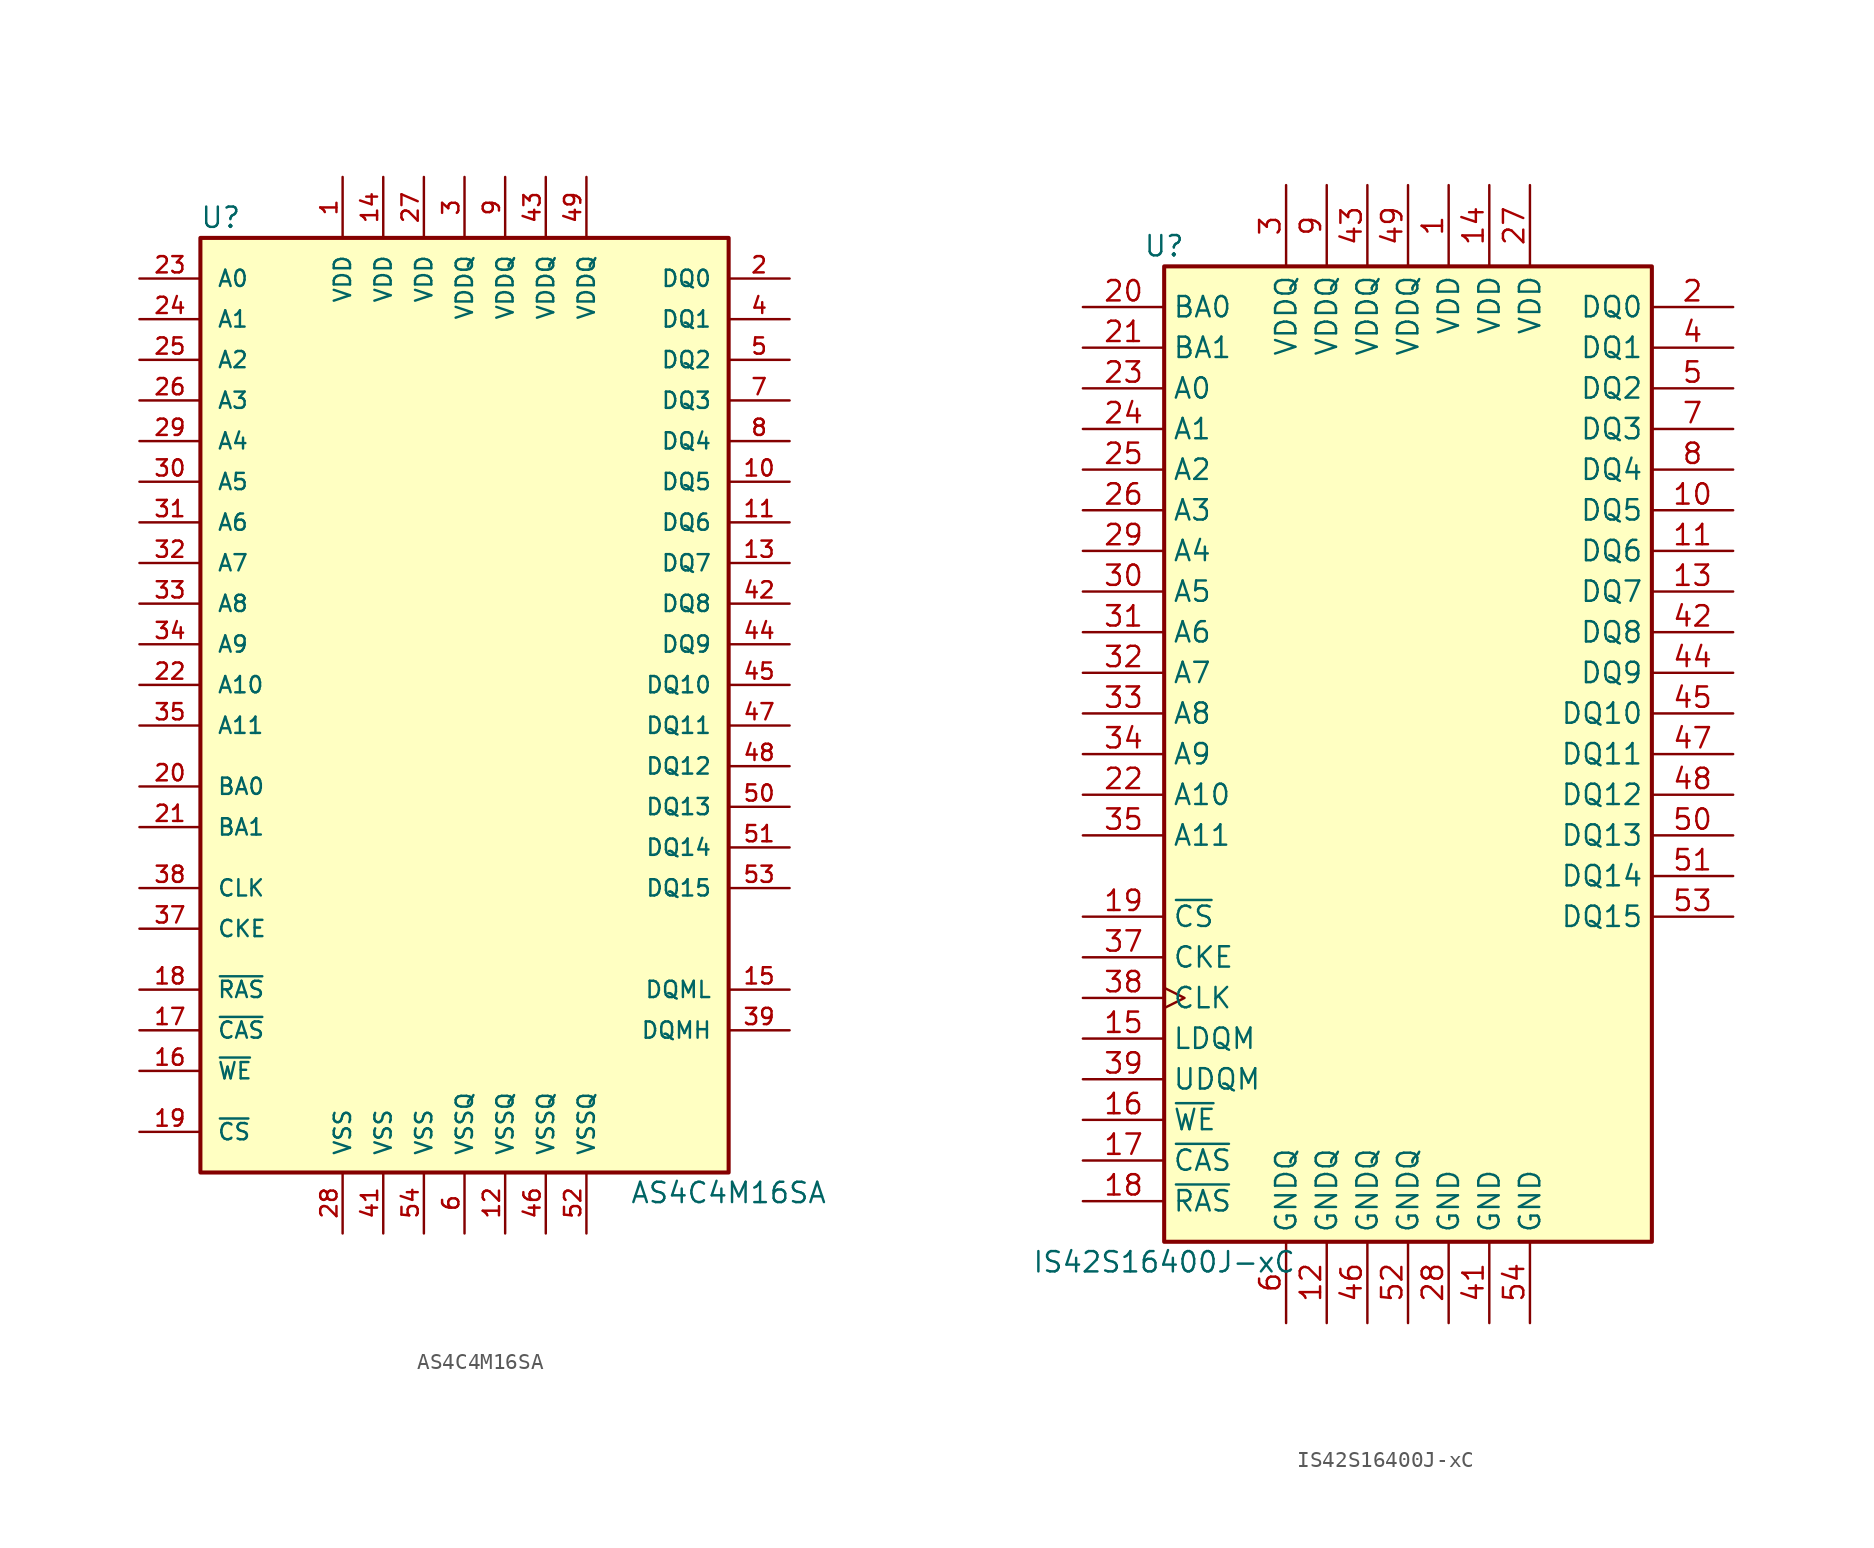
<source format=kicad_sym>
(kicad_symbol_lib
  (version 20211014)
  (generator kicad_symbol_editor)
  (symbol "AS4C4M16SA"
    (pin_names
      (offset 1.016))
    (property "Reference" "U"
      (at -15.24 30.48 0)
      (effects (font (size 1.27 1.27))))
    (property "Value" "AS4C4M16SA"
      (at 16.51 -30.48 0)
      (effects (font (size 1.27 1.27))))
    (symbol "AS4C4M16SA_0_1"
      (rectangle (start -16.51 29.21) (end 16.51 -29.21) (stroke (width 0.254) (type default) (color 0 0 0 0)) (fill (type background))))
    (symbol "AS4C4M16SA_1_1"
      (pin power_in line (at -7.62 33.02 270) (length 3.81) (name "VDD" (effects (font (size 1.016 1.016)))) (number "1" (effects (font (size 1.016 1.016)))))
      (pin bidirectional line (at 20.32 13.97 180) (length 3.81) (name "DQ5" (effects (font (size 1.016 1.016)))) (number "10" (effects (font (size 1.016 1.016)))))
      (pin bidirectional line (at 20.32 11.43 180) (length 3.81) (name "DQ6" (effects (font (size 1.016 1.016)))) (number "11" (effects (font (size 1.016 1.016)))))
      (pin power_in line (at 2.54 -33.02 90) (length 3.81) (name "VSSQ" (effects (font (size 1.016 1.016)))) (number "12" (effects (font (size 1.016 1.016)))))
      (pin bidirectional line (at 20.32 8.89 180) (length 3.81) (name "DQ7" (effects (font (size 1.016 1.016)))) (number "13" (effects (font (size 1.016 1.016)))))
      (pin power_in line (at -5.08 33.02 270) (length 3.81) (name "VDD" (effects (font (size 1.016 1.016)))) (number "14" (effects (font (size 1.016 1.016)))))
      (pin input line (at 20.32 -17.78 180) (length 3.81) (name "DQML" (effects (font (size 1.016 1.016)))) (number "15" (effects (font (size 1.016 1.016)))))
      (pin input line (at -20.32 -22.86 0) (length 3.81) (name "~{WE}" (effects (font (size 1.016 1.016)))) (number "16" (effects (font (size 1.016 1.016)))))
      (pin input line (at -20.32 -20.32 0) (length 3.81) (name "~{CAS}" (effects (font (size 1.016 1.016)))) (number "17" (effects (font (size 1.016 1.016)))))
      (pin input line (at -20.32 -17.78 0) (length 3.81) (name "~{RAS}" (effects (font (size 1.016 1.016)))) (number "18" (effects (font (size 1.016 1.016)))))
      (pin input line (at -20.32 -26.67 0) (length 3.81) (name "~{CS}" (effects (font (size 1.016 1.016)))) (number "19" (effects (font (size 1.016 1.016)))))
      (pin bidirectional line (at 20.32 26.67 180) (length 3.81) (name "DQ0" (effects (font (size 1.016 1.016)))) (number "2" (effects (font (size 1.016 1.016)))))
      (pin input line (at -20.32 -5.08 0) (length 3.81) (name "BA0" (effects (font (size 1.016 1.016)))) (number "20" (effects (font (size 1.016 1.016)))))
      (pin input line (at -20.32 -7.62 0) (length 3.81) (name "BA1" (effects (font (size 1.016 1.016)))) (number "21" (effects (font (size 1.016 1.016)))))
      (pin input line (at -20.32 1.27 0) (length 3.81) (name "A10" (effects (font (size 1.016 1.016)))) (number "22" (effects (font (size 1.016 1.016)))))
      (pin input line (at -20.32 26.67 0) (length 3.81) (name "A0" (effects (font (size 1.016 1.016)))) (number "23" (effects (font (size 1.016 1.016)))))
      (pin input line (at -20.32 24.13 0) (length 3.81) (name "A1" (effects (font (size 1.016 1.016)))) (number "24" (effects (font (size 1.016 1.016)))))
      (pin input line (at -20.32 21.59 0) (length 3.81) (name "A2" (effects (font (size 1.016 1.016)))) (number "25" (effects (font (size 1.016 1.016)))))
      (pin input line (at -20.32 19.05 0) (length 3.81) (name "A3" (effects (font (size 1.016 1.016)))) (number "26" (effects (font (size 1.016 1.016)))))
      (pin power_in line (at -2.54 33.02 270) (length 3.81) (name "VDD" (effects (font (size 1.016 1.016)))) (number "27" (effects (font (size 1.016 1.016)))))
      (pin power_in line (at -7.62 -33.02 90) (length 3.81) (name "VSS" (effects (font (size 1.016 1.016)))) (number "28" (effects (font (size 1.016 1.016)))))
      (pin input line (at -20.32 16.51 0) (length 3.81) (name "A4" (effects (font (size 1.016 1.016)))) (number "29" (effects (font (size 1.016 1.016)))))
      (pin power_in line (at 0 33.02 270) (length 3.81) (name "VDDQ" (effects (font (size 1.016 1.016)))) (number "3" (effects (font (size 1.016 1.016)))))
      (pin input line (at -20.32 13.97 0) (length 3.81) (name "A5" (effects (font (size 1.016 1.016)))) (number "30" (effects (font (size 1.016 1.016)))))
      (pin input line (at -20.32 11.43 0) (length 3.81) (name "A6" (effects (font (size 1.016 1.016)))) (number "31" (effects (font (size 1.016 1.016)))))
      (pin input line (at -20.32 8.89 0) (length 3.81) (name "A7" (effects (font (size 1.016 1.016)))) (number "32" (effects (font (size 1.016 1.016)))))
      (pin input line (at -20.32 6.35 0) (length 3.81) (name "A8" (effects (font (size 1.016 1.016)))) (number "33" (effects (font (size 1.016 1.016)))))
      (pin input line (at -20.32 3.81 0) (length 3.81) (name "A9" (effects (font (size 1.016 1.016)))) (number "34" (effects (font (size 1.016 1.016)))))
      (pin input line (at -20.32 -1.27 0) (length 3.81) (name "A11" (effects (font (size 1.016 1.016)))) (number "35" (effects (font (size 1.016 1.016)))))
      (pin input line (at -20.32 -13.97 0) (length 3.81) (name "CKE" (effects (font (size 1.016 1.016)))) (number "37" (effects (font (size 1.016 1.016)))))
      (pin input line (at -20.32 -11.43 0) (length 3.81) (name "CLK" (effects (font (size 1.016 1.016)))) (number "38" (effects (font (size 1.016 1.016)))))
      (pin input line (at 20.32 -20.32 180) (length 3.81) (name "DQMH" (effects (font (size 1.016 1.016)))) (number "39" (effects (font (size 1.016 1.016)))))
      (pin bidirectional line (at 20.32 24.13 180) (length 3.81) (name "DQ1" (effects (font (size 1.016 1.016)))) (number "4" (effects (font (size 1.016 1.016)))))
      (pin power_in line (at -5.08 -33.02 90) (length 3.81) (name "VSS" (effects (font (size 1.016 1.016)))) (number "41" (effects (font (size 1.016 1.016)))))
      (pin bidirectional line (at 20.32 6.35 180) (length 3.81) (name "DQ8" (effects (font (size 1.016 1.016)))) (number "42" (effects (font (size 1.016 1.016)))))
      (pin power_in line (at 5.08 33.02 270) (length 3.81) (name "VDDQ" (effects (font (size 1.016 1.016)))) (number "43" (effects (font (size 1.016 1.016)))))
      (pin bidirectional line (at 20.32 3.81 180) (length 3.81) (name "DQ9" (effects (font (size 1.016 1.016)))) (number "44" (effects (font (size 1.016 1.016)))))
      (pin bidirectional line (at 20.32 1.27 180) (length 3.81) (name "DQ10" (effects (font (size 1.016 1.016)))) (number "45" (effects (font (size 1.016 1.016)))))
      (pin power_in line (at 5.08 -33.02 90) (length 3.81) (name "VSSQ" (effects (font (size 1.016 1.016)))) (number "46" (effects (font (size 1.016 1.016)))))
      (pin bidirectional line (at 20.32 -1.27 180) (length 3.81) (name "DQ11" (effects (font (size 1.016 1.016)))) (number "47" (effects (font (size 1.016 1.016)))))
      (pin bidirectional line (at 20.32 -3.81 180) (length 3.81) (name "DQ12" (effects (font (size 1.016 1.016)))) (number "48" (effects (font (size 1.016 1.016)))))
      (pin power_in line (at 7.62 33.02 270) (length 3.81) (name "VDDQ" (effects (font (size 1.016 1.016)))) (number "49" (effects (font (size 1.016 1.016)))))
      (pin bidirectional line (at 20.32 21.59 180) (length 3.81) (name "DQ2" (effects (font (size 1.016 1.016)))) (number "5" (effects (font (size 1.016 1.016)))))
      (pin bidirectional line (at 20.32 -6.35 180) (length 3.81) (name "DQ13" (effects (font (size 1.016 1.016)))) (number "50" (effects (font (size 1.016 1.016)))))
      (pin bidirectional line (at 20.32 -8.89 180) (length 3.81) (name "DQ14" (effects (font (size 1.016 1.016)))) (number "51" (effects (font (size 1.016 1.016)))))
      (pin power_in line (at 7.62 -33.02 90) (length 3.81) (name "VSSQ" (effects (font (size 1.016 1.016)))) (number "52" (effects (font (size 1.016 1.016)))))
      (pin bidirectional line (at 20.32 -11.43 180) (length 3.81) (name "DQ15" (effects (font (size 1.016 1.016)))) (number "53" (effects (font (size 1.016 1.016)))))
      (pin power_in line (at -2.54 -33.02 90) (length 3.81) (name "VSS" (effects (font (size 1.016 1.016)))) (number "54" (effects (font (size 1.016 1.016)))))
      (pin power_in line (at 0 -33.02 90) (length 3.81) (name "VSSQ" (effects (font (size 1.016 1.016)))) (number "6" (effects (font (size 1.016 1.016)))))
      (pin bidirectional line (at 20.32 19.05 180) (length 3.81) (name "DQ3" (effects (font (size 1.016 1.016)))) (number "7" (effects (font (size 1.016 1.016)))))
      (pin bidirectional line (at 20.32 16.51 180) (length 3.81) (name "DQ4" (effects (font (size 1.016 1.016)))) (number "8" (effects (font (size 1.016 1.016)))))
      (pin power_in line (at 2.54 33.02 270) (length 3.81) (name "VDDQ" (effects (font (size 1.016 1.016)))) (number "9" (effects (font (size 1.016 1.016)))))))
  (symbol "IS42S16400J-xC"
    (property "Reference" "U"
      (at -15.24 31.75 0)
      (effects (font (size 1.27 1.27))))
    (property "Value" "IS42S16400J-xC"
      (at -15.24 -31.75 0)
      (effects (font (size 1.27 1.27))))
    (symbol "IS42S16400J-xC_1_1"
      (rectangle (start -15.24 30.48) (end 15.24 -30.48) (stroke (width 0.254) (type default) (color 0 0 0 0)) (fill (type background)))
      (pin power_in line (at 2.54 35.56 270) (length 5.08) (name "VDD" (effects (font (size 1.27 1.27)))) (number "1" (effects (font (size 1.27 1.27)))))
      (pin bidirectional line (at 20.32 15.24 180) (length 5.08) (name "DQ5" (effects (font (size 1.27 1.27)))) (number "10" (effects (font (size 1.27 1.27)))))
      (pin bidirectional line (at 20.32 12.7 180) (length 5.08) (name "DQ6" (effects (font (size 1.27 1.27)))) (number "11" (effects (font (size 1.27 1.27)))))
      (pin power_in line (at -5.08 -35.56 90) (length 5.08) (name "GNDQ" (effects (font (size 1.27 1.27)))) (number "12" (effects (font (size 1.27 1.27)))))
      (pin bidirectional line (at 20.32 10.16 180) (length 5.08) (name "DQ7" (effects (font (size 1.27 1.27)))) (number "13" (effects (font (size 1.27 1.27)))))
      (pin power_in line (at 5.08 35.56 270) (length 5.08) (name "VDD" (effects (font (size 1.27 1.27)))) (number "14" (effects (font (size 1.27 1.27)))))
      (pin input line (at -20.32 -17.78 0) (length 5.08) (name "LDQM" (effects (font (size 1.27 1.27)))) (number "15" (effects (font (size 1.27 1.27)))))
      (pin input line (at -20.32 -22.86 0) (length 5.08) (name "~{WE}" (effects (font (size 1.27 1.27)))) (number "16" (effects (font (size 1.27 1.27)))))
      (pin input line (at -20.32 -25.4 0) (length 5.08) (name "~{CAS}" (effects (font (size 1.27 1.27)))) (number "17" (effects (font (size 1.27 1.27)))))
      (pin input line (at -20.32 -27.94 0) (length 5.08) (name "~{RAS}" (effects (font (size 1.27 1.27)))) (number "18" (effects (font (size 1.27 1.27)))))
      (pin input line (at -20.32 -10.16 0) (length 5.08) (name "~{CS}" (effects (font (size 1.27 1.27)))) (number "19" (effects (font (size 1.27 1.27)))))
      (pin bidirectional line (at 20.32 27.94 180) (length 5.08) (name "DQ0" (effects (font (size 1.27 1.27)))) (number "2" (effects (font (size 1.27 1.27)))))
      (pin input line (at -20.32 27.94 0) (length 5.08) (name "BA0" (effects (font (size 1.27 1.27)))) (number "20" (effects (font (size 1.27 1.27)))))
      (pin input line (at -20.32 25.4 0) (length 5.08) (name "BA1" (effects (font (size 1.27 1.27)))) (number "21" (effects (font (size 1.27 1.27)))))
      (pin input line (at -20.32 -2.54 0) (length 5.08) (name "A10" (effects (font (size 1.27 1.27)))) (number "22" (effects (font (size 1.27 1.27)))))
      (pin input line (at -20.32 22.86 0) (length 5.08) (name "A0" (effects (font (size 1.27 1.27)))) (number "23" (effects (font (size 1.27 1.27)))))
      (pin input line (at -20.32 20.32 0) (length 5.08) (name "A1" (effects (font (size 1.27 1.27)))) (number "24" (effects (font (size 1.27 1.27)))))
      (pin input line (at -20.32 17.78 0) (length 5.08) (name "A2" (effects (font (size 1.27 1.27)))) (number "25" (effects (font (size 1.27 1.27)))))
      (pin input line (at -20.32 15.24 0) (length 5.08) (name "A3" (effects (font (size 1.27 1.27)))) (number "26" (effects (font (size 1.27 1.27)))))
      (pin power_in line (at 7.62 35.56 270) (length 5.08) (name "VDD" (effects (font (size 1.27 1.27)))) (number "27" (effects (font (size 1.27 1.27)))))
      (pin power_in line (at 2.54 -35.56 90) (length 5.08) (name "GND" (effects (font (size 1.27 1.27)))) (number "28" (effects (font (size 1.27 1.27)))))
      (pin input line (at -20.32 12.7 0) (length 5.08) (name "A4" (effects (font (size 1.27 1.27)))) (number "29" (effects (font (size 1.27 1.27)))))
      (pin power_in line (at -7.62 35.56 270) (length 5.08) (name "VDDQ" (effects (font (size 1.27 1.27)))) (number "3" (effects (font (size 1.27 1.27)))))
      (pin input line (at -20.32 10.16 0) (length 5.08) (name "A5" (effects (font (size 1.27 1.27)))) (number "30" (effects (font (size 1.27 1.27)))))
      (pin input line (at -20.32 7.62 0) (length 5.08) (name "A6" (effects (font (size 1.27 1.27)))) (number "31" (effects (font (size 1.27 1.27)))))
      (pin input line (at -20.32 5.08 0) (length 5.08) (name "A7" (effects (font (size 1.27 1.27)))) (number "32" (effects (font (size 1.27 1.27)))))
      (pin input line (at -20.32 2.54 0) (length 5.08) (name "A8" (effects (font (size 1.27 1.27)))) (number "33" (effects (font (size 1.27 1.27)))))
      (pin input line (at -20.32 0 0) (length 5.08) (name "A9" (effects (font (size 1.27 1.27)))) (number "34" (effects (font (size 1.27 1.27)))))
      (pin input line (at -20.32 -5.08 0) (length 5.08) (name "A11" (effects (font (size 1.27 1.27)))) (number "35" (effects (font (size 1.27 1.27)))))
      (pin no_connect line (at 15.24 -17.78 180) (length 5.08) hide (name "NC" (effects (font (size 1.27 1.27)))) (number "36" (effects (font (size 1.27 1.27)))))
      (pin input line (at -20.32 -12.7 0) (length 5.08) (name "CKE" (effects (font (size 1.27 1.27)))) (number "37" (effects (font (size 1.27 1.27)))))
      (pin input clock (at -20.32 -15.24 0) (length 5.08) (name "CLK" (effects (font (size 1.27 1.27)))) (number "38" (effects (font (size 1.27 1.27)))))
      (pin input line (at -20.32 -20.32 0) (length 5.08) (name "UDQM" (effects (font (size 1.27 1.27)))) (number "39" (effects (font (size 1.27 1.27)))))
      (pin bidirectional line (at 20.32 25.4 180) (length 5.08) (name "DQ1" (effects (font (size 1.27 1.27)))) (number "4" (effects (font (size 1.27 1.27)))))
      (pin no_connect line (at 15.24 -20.32 180) (length 5.08) hide (name "NC" (effects (font (size 1.27 1.27)))) (number "40" (effects (font (size 1.27 1.27)))))
      (pin power_in line (at 5.08 -35.56 90) (length 5.08) (name "GND" (effects (font (size 1.27 1.27)))) (number "41" (effects (font (size 1.27 1.27)))))
      (pin bidirectional line (at 20.32 7.62 180) (length 5.08) (name "DQ8" (effects (font (size 1.27 1.27)))) (number "42" (effects (font (size 1.27 1.27)))))
      (pin power_in line (at -2.54 35.56 270) (length 5.08) (name "VDDQ" (effects (font (size 1.27 1.27)))) (number "43" (effects (font (size 1.27 1.27)))))
      (pin bidirectional line (at 20.32 5.08 180) (length 5.08) (name "DQ9" (effects (font (size 1.27 1.27)))) (number "44" (effects (font (size 1.27 1.27)))))
      (pin bidirectional line (at 20.32 2.54 180) (length 5.08) (name "DQ10" (effects (font (size 1.27 1.27)))) (number "45" (effects (font (size 1.27 1.27)))))
      (pin power_in line (at -2.54 -35.56 90) (length 5.08) (name "GNDQ" (effects (font (size 1.27 1.27)))) (number "46" (effects (font (size 1.27 1.27)))))
      (pin bidirectional line (at 20.32 0 180) (length 5.08) (name "DQ11" (effects (font (size 1.27 1.27)))) (number "47" (effects (font (size 1.27 1.27)))))
      (pin bidirectional line (at 20.32 -2.54 180) (length 5.08) (name "DQ12" (effects (font (size 1.27 1.27)))) (number "48" (effects (font (size 1.27 1.27)))))
      (pin power_in line (at 0 35.56 270) (length 5.08) (name "VDDQ" (effects (font (size 1.27 1.27)))) (number "49" (effects (font (size 1.27 1.27)))))
      (pin bidirectional line (at 20.32 22.86 180) (length 5.08) (name "DQ2" (effects (font (size 1.27 1.27)))) (number "5" (effects (font (size 1.27 1.27)))))
      (pin bidirectional line (at 20.32 -5.08 180) (length 5.08) (name "DQ13" (effects (font (size 1.27 1.27)))) (number "50" (effects (font (size 1.27 1.27)))))
      (pin bidirectional line (at 20.32 -7.62 180) (length 5.08) (name "DQ14" (effects (font (size 1.27 1.27)))) (number "51" (effects (font (size 1.27 1.27)))))
      (pin power_in line (at 0 -35.56 90) (length 5.08) (name "GNDQ" (effects (font (size 1.27 1.27)))) (number "52" (effects (font (size 1.27 1.27)))))
      (pin bidirectional line (at 20.32 -10.16 180) (length 5.08) (name "DQ15" (effects (font (size 1.27 1.27)))) (number "53" (effects (font (size 1.27 1.27)))))
      (pin power_in line (at 7.62 -35.56 90) (length 5.08) (name "GND" (effects (font (size 1.27 1.27)))) (number "54" (effects (font (size 1.27 1.27)))))
      (pin power_in line (at -7.62 -35.56 90) (length 5.08) (name "GNDQ" (effects (font (size 1.27 1.27)))) (number "6" (effects (font (size 1.27 1.27)))))
      (pin bidirectional line (at 20.32 20.32 180) (length 5.08) (name "DQ3" (effects (font (size 1.27 1.27)))) (number "7" (effects (font (size 1.27 1.27)))))
      (pin bidirectional line (at 20.32 17.78 180) (length 5.08) (name "DQ4" (effects (font (size 1.27 1.27)))) (number "8" (effects (font (size 1.27 1.27)))))
      (pin power_in line (at -5.08 35.56 270) (length 5.08) (name "VDDQ" (effects (font (size 1.27 1.27)))) (number "9" (effects (font (size 1.27 1.27))))))))
</source>
